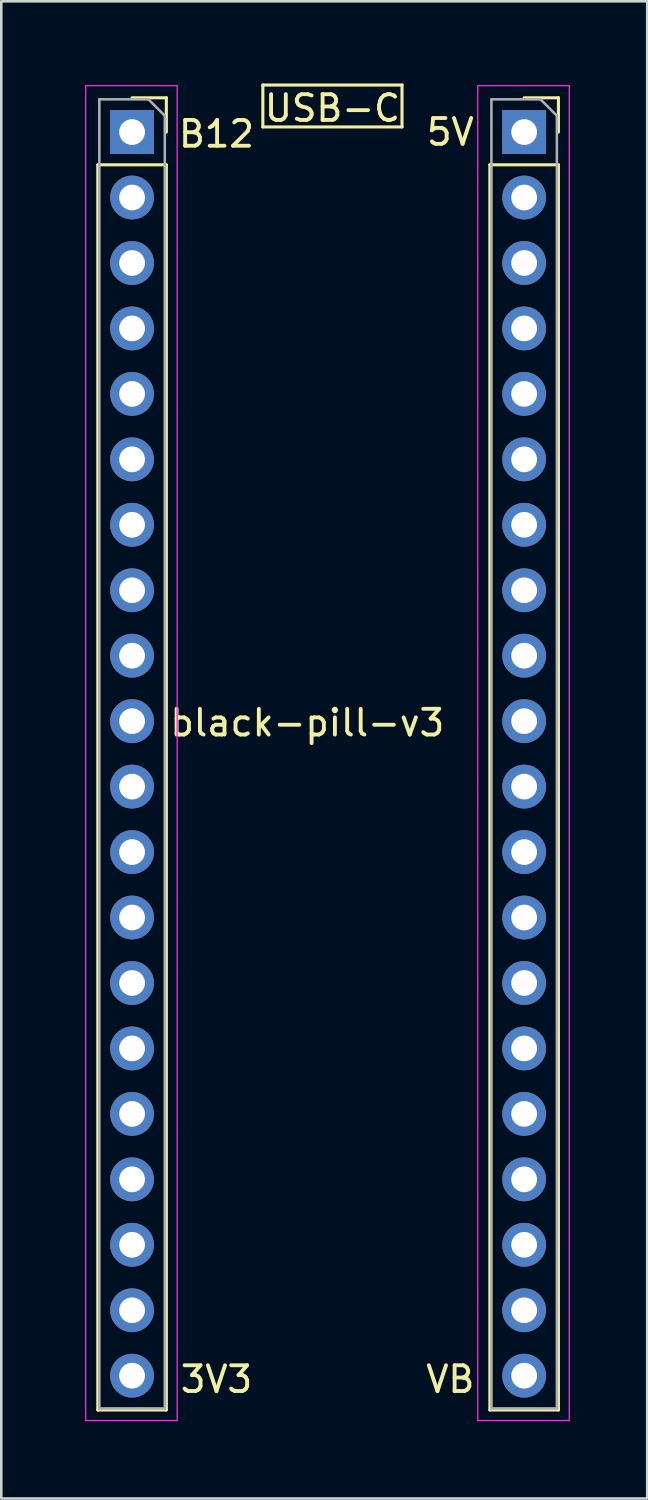
<source format=kicad_pcb>
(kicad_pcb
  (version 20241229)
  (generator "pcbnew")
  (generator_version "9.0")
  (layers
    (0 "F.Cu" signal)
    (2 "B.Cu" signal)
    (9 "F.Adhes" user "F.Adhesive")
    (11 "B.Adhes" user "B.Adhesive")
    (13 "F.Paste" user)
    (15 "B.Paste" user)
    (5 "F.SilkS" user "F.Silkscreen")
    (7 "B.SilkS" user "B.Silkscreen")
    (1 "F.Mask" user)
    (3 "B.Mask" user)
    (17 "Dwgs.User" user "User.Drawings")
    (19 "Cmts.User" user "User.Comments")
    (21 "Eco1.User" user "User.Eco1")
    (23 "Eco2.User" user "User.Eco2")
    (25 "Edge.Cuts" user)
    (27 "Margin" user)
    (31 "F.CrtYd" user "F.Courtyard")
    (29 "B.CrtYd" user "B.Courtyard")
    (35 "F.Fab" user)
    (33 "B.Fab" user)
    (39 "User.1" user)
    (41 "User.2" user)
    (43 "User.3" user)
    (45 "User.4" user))
  (footprint "black-pill-v3"
    (layer "F.Cu")
    (at 0.25 0.25)
    (property "Reference" "black-pill-v3" (at 8.625 24.75 0) (layer "F.SilkS") (effects (font (size 1 1) (thickness 0.15))))
    (attr through_hole)
    (fp_line (start 0.495 3.095) (end 0.495 51.415) (stroke (width 0.12) (type solid)) (layer "F.SilkS"))
    (fp_line (start 0.495 3.095) (end 3.155 3.095) (stroke (width 0.12) (type solid)) (layer "F.SilkS"))
    (fp_line (start 0.495 51.415) (end 3.155 51.415) (stroke (width 0.12) (type solid)) (layer "F.SilkS"))
    (fp_line (start 1.825 0.495) (end 3.155 0.495) (stroke (width 0.12) (type solid)) (layer "F.SilkS"))
    (fp_line (start 3.155 0.495) (end 3.155 1.825) (stroke (width 0.12) (type solid)) (layer "F.SilkS"))
    (fp_line (start 3.155 3.095) (end 3.155 51.415) (stroke (width 0.12) (type solid)) (layer "F.SilkS"))
    (fp_line (start 6.9 0) (end 12.3 0) (stroke (width 0.12) (type solid)) (layer "F.SilkS"))
    (fp_line (start 6.9 1.625) (end 6.9 0) (stroke (width 0.12) (type solid)) (layer "F.SilkS"))
    (fp_line (start 12.3 0) (end 12.3 1.625) (stroke (width 0.12) (type solid)) (layer "F.SilkS"))
    (fp_line (start 12.3 1.625) (end 6.9 1.625) (stroke (width 0.12) (type solid)) (layer "F.SilkS"))
    (fp_line (start 15.71 3.095) (end 15.71 51.415) (stroke (width 0.12) (type solid)) (layer "F.SilkS"))
    (fp_line (start 15.71 3.095) (end 18.37 3.095) (stroke (width 0.12) (type solid)) (layer "F.SilkS"))
    (fp_line (start 15.71 51.415) (end 18.37 51.415) (stroke (width 0.12) (type solid)) (layer "F.SilkS"))
    (fp_line (start 17.04 0.495) (end 18.37 0.495) (stroke (width 0.12) (type solid)) (layer "F.SilkS"))
    (fp_line (start 18.37 0.495) (end 18.37 1.825) (stroke (width 0.12) (type solid)) (layer "F.SilkS"))
    (fp_line (start 18.37 3.095) (end 18.37 51.415) (stroke (width 0.12) (type solid)) (layer "F.SilkS"))
    (fp_line (start 0.025 0.025) (end 3.575 0.025) (stroke (width 0.05) (type solid)) (layer "F.CrtYd"))
    (fp_line (start 0.025 51.825) (end 0.025 0.025) (stroke (width 0.05) (type solid)) (layer "F.CrtYd"))
    (fp_line (start 3.575 0.025) (end 3.575 51.825) (stroke (width 0.05) (type solid)) (layer "F.CrtYd"))
    (fp_line (start 3.575 51.825) (end 0.025 51.825) (stroke (width 0.05) (type solid)) (layer "F.CrtYd"))
    (fp_line (start 15.24 0.025) (end 18.79 0.025) (stroke (width 0.05) (type solid)) (layer "F.CrtYd"))
    (fp_line (start 15.24 51.825) (end 15.24 0.025) (stroke (width 0.05) (type solid)) (layer "F.CrtYd"))
    (fp_line (start 18.79 0.025) (end 18.79 51.825) (stroke (width 0.05) (type solid)) (layer "F.CrtYd"))
    (fp_line (start 18.79 51.825) (end 15.24 51.825) (stroke (width 0.05) (type solid)) (layer "F.CrtYd"))
    (fp_line (start 0.555 0.555) (end 2.46 0.555) (stroke (width 0.1) (type solid)) (layer "F.Fab"))
    (fp_line (start 0.555 51.355) (end 0.555 0.555) (stroke (width 0.1) (type solid)) (layer "F.Fab"))
    (fp_line (start 2.46 0.555) (end 3.095 1.19) (stroke (width 0.1) (type solid)) (layer "F.Fab"))
    (fp_line (start 3.095 1.19) (end 3.095 51.355) (stroke (width 0.1) (type solid)) (layer "F.Fab"))
    (fp_line (start 3.095 51.355) (end 0.555 51.355) (stroke (width 0.1) (type solid)) (layer "F.Fab"))
    (fp_line (start 15.77 0.555) (end 17.675 0.555) (stroke (width 0.1) (type solid)) (layer "F.Fab"))
    (fp_line (start 15.77 51.355) (end 15.77 0.555) (stroke (width 0.1) (type solid)) (layer "F.Fab"))
    (fp_line (start 17.675 0.555) (end 18.31 1.19) (stroke (width 0.1) (type solid)) (layer "F.Fab"))
    (fp_line (start 18.31 1.19) (end 18.31 51.355) (stroke (width 0.1) (type solid)) (layer "F.Fab"))
    (fp_line (start 18.31 51.355) (end 15.77 51.355) (stroke (width 0.1) (type solid)) (layer "F.Fab"))
    (fp_text user "B12" (at 5.1 1.9 0) (layer "F.SilkS") (effects (font (size 1 1) (thickness 0.15))))
    (fp_text user "5V" (at 14.175 1.825 0) (layer "F.SilkS") (effects (font (size 1 1) (thickness 0.15))))
    (fp_text user "USB-C" (at 9.6 0.9 0) (layer "F.SilkS") (effects (font (size 1 1) (thickness 0.15))))
    (fp_text user "3V3" (at 5.1 50.225 0) (layer "F.SilkS") (effects (font (size 1 1) (thickness 0.15))))
    (fp_text user "VB" (at 14.175 50.225 0) (layer "F.SilkS") (effects (font (size 1 1) (thickness 0.15))))
    (pad "1" thru_hole rect (at 1.825 1.825) (size 1.7 1.7) (drill 1) (layers "*.Cu" "*.Mask"))
    (pad "2" thru_hole oval (at 1.825 4.365) (size 1.7 1.7) (drill 1) (layers "*.Cu" "*.Mask"))
    (pad "3" thru_hole oval (at 1.825 6.905) (size 1.7 1.7) (drill 1) (layers "*.Cu" "*.Mask"))
    (pad "4" thru_hole oval (at 1.825 9.445) (size 1.7 1.7) (drill 1) (layers "*.Cu" "*.Mask"))
    (pad "5" thru_hole oval (at 1.825 11.985) (size 1.7 1.7) (drill 1) (layers "*.Cu" "*.Mask"))
    (pad "6" thru_hole oval (at 1.825 14.525) (size 1.7 1.7) (drill 1) (layers "*.Cu" "*.Mask"))
    (pad "7" thru_hole oval (at 1.825 17.065) (size 1.7 1.7) (drill 1) (layers "*.Cu" "*.Mask"))
    (pad "8" thru_hole oval (at 1.825 19.605) (size 1.7 1.7) (drill 1) (layers "*.Cu" "*.Mask"))
    (pad "9" thru_hole oval (at 1.825 22.145) (size 1.7 1.7) (drill 1) (layers "*.Cu" "*.Mask"))
    (pad "10" thru_hole oval (at 1.825 24.685) (size 1.7 1.7) (drill 1) (layers "*.Cu" "*.Mask"))
    (pad "11" thru_hole oval (at 1.825 27.225) (size 1.7 1.7) (drill 1) (layers "*.Cu" "*.Mask"))
    (pad "12" thru_hole oval (at 1.825 29.765) (size 1.7 1.7) (drill 1) (layers "*.Cu" "*.Mask"))
    (pad "13" thru_hole oval (at 1.825 32.305) (size 1.7 1.7) (drill 1) (layers "*.Cu" "*.Mask"))
    (pad "14" thru_hole oval (at 1.825 34.845) (size 1.7 1.7) (drill 1) (layers "*.Cu" "*.Mask"))
    (pad "15" thru_hole oval (at 1.825 37.385) (size 1.7 1.7) (drill 1) (layers "*.Cu" "*.Mask"))
    (pad "16" thru_hole oval (at 1.825 39.925) (size 1.7 1.7) (drill 1) (layers "*.Cu" "*.Mask"))
    (pad "17" thru_hole oval (at 1.825 42.465) (size 1.7 1.7) (drill 1) (layers "*.Cu" "*.Mask"))
    (pad "18" thru_hole oval (at 1.825 45.005) (size 1.7 1.7) (drill 1) (layers "*.Cu" "*.Mask"))
    (pad "19" thru_hole oval (at 1.825 47.545) (size 1.7 1.7) (drill 1) (layers "*.Cu" "*.Mask"))
    (pad "20" thru_hole oval (at 1.825 50.085) (size 1.7 1.7) (drill 1) (layers "*.Cu" "*.Mask"))
    (pad "21" thru_hole oval (at 17.04 50.085) (size 1.7 1.7) (drill 1) (layers "*.Cu" "*.Mask"))
    (pad "22" thru_hole oval (at 17.04 47.545) (size 1.7 1.7) (drill 1) (layers "*.Cu" "*.Mask"))
    (pad "23" thru_hole oval (at 17.04 45.005) (size 1.7 1.7) (drill 1) (layers "*.Cu" "*.Mask"))
    (pad "24" thru_hole oval (at 17.04 42.465) (size 1.7 1.7) (drill 1) (layers "*.Cu" "*.Mask"))
    (pad "25" thru_hole oval (at 17.04 39.925) (size 1.7 1.7) (drill 1) (layers "*.Cu" "*.Mask"))
    (pad "26" thru_hole oval (at 17.04 37.385) (size 1.7 1.7) (drill 1) (layers "*.Cu" "*.Mask"))
    (pad "27" thru_hole oval (at 17.04 34.845) (size 1.7 1.7) (drill 1) (layers "*.Cu" "*.Mask"))
    (pad "28" thru_hole oval (at 17.04 32.305) (size 1.7 1.7) (drill 1) (layers "*.Cu" "*.Mask"))
    (pad "29" thru_hole oval (at 17.04 29.765) (size 1.7 1.7) (drill 1) (layers "*.Cu" "*.Mask"))
    (pad "30" thru_hole oval (at 17.04 27.225) (size 1.7 1.7) (drill 1) (layers "*.Cu" "*.Mask"))
    (pad "31" thru_hole oval (at 17.04 24.685) (size 1.7 1.7) (drill 1) (layers "*.Cu" "*.Mask"))
    (pad "32" thru_hole oval (at 17.04 22.145) (size 1.7 1.7) (drill 1) (layers "*.Cu" "*.Mask"))
    (pad "33" thru_hole oval (at 17.04 19.605) (size 1.7 1.7) (drill 1) (layers "*.Cu" "*.Mask"))
    (pad "34" thru_hole oval (at 17.04 17.065) (size 1.7 1.7) (drill 1) (layers "*.Cu" "*.Mask"))
    (pad "35" thru_hole oval (at 17.04 14.525) (size 1.7 1.7) (drill 1) (layers "*.Cu" "*.Mask"))
    (pad "36" thru_hole oval (at 17.04 11.985) (size 1.7 1.7) (drill 1) (layers "*.Cu" "*.Mask"))
    (pad "37" thru_hole oval (at 17.04 9.445) (size 1.7 1.7) (drill 1) (layers "*.Cu" "*.Mask"))
    (pad "38" thru_hole oval (at 17.04 6.905) (size 1.7 1.7) (drill 1) (layers "*.Cu" "*.Mask"))
    (pad "39" thru_hole oval (at 17.04 4.365) (size 1.7 1.7) (drill 1) (layers "*.Cu" "*.Mask"))
    (pad "40" thru_hole rect (at 17.04 1.825) (size 1.7 1.7) (drill 1) (layers "*.Cu" "*.Mask")))
  (gr_rect
    (start -3 -3)
    (end 22.065 55.1)
    (stroke (width 0.1) (type default))
    (fill no)
    (layer "Edge.Cuts")))
</source>
